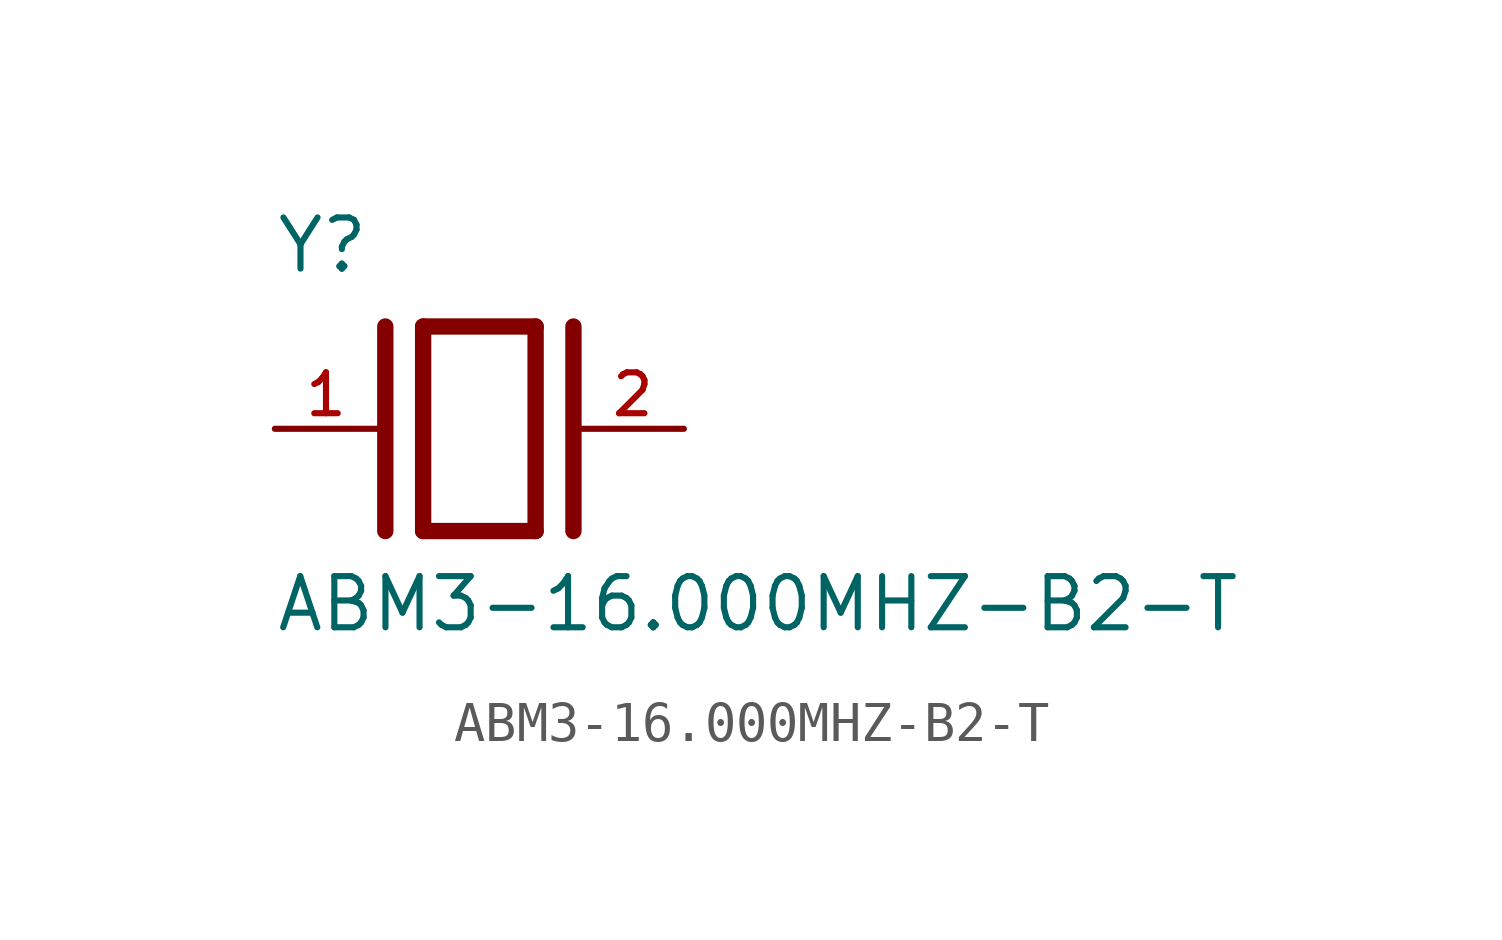
<source format=kicad_sym>
(kicad_symbol_lib
  (version 20211014)
  (generator kicad_symbol_editor)
  (symbol "ABM3-16.000MHZ-B2-T"
    (pin_names
      (offset 1.016))
    (property "Reference" "Y"
      (at -5.088 3.816 0)
      (effects (font (size 1.27 1.27)) (justify bottom left)))
    (property "Value" "ABM3-16.000MHZ-B2-T"
      (at -5.094 -5.094 0)
      (effects (font (size 1.27 1.27)) (justify bottom left)))
    (symbol "ABM3-16.000MHZ-B2-T_0_0"
      (polyline (pts (xy -1.397 2.54) (xy 1.397 2.54)) (stroke (width 0.406)))
      (polyline (pts (xy 1.397 2.54) (xy 1.397 -2.54)) (stroke (width 0.406)))
      (polyline (pts (xy 1.397 -2.54) (xy -1.397 -2.54)) (stroke (width 0.406)))
      (polyline (pts (xy -1.397 2.54) (xy -1.397 -2.54)) (stroke (width 0.406)))
      (polyline (pts (xy 2.337 2.54) (xy 2.337 -2.54)) (stroke (width 0.406)))
      (polyline (pts (xy -2.337 2.54) (xy -2.337 -2.54)) (stroke (width 0.406)))
      (pin passive line (at 5.08 0.0 180.0) (length 2.54) (name "~" (effects (font (size 1.016 1.016)))) (number "2" (effects (font (size 1.016 1.016)))))
      (pin passive line (at -5.08 0.0 0) (length 2.54) (name "~" (effects (font (size 1.016 1.016)))) (number "1" (effects (font (size 1.016 1.016))))))))
</source>
